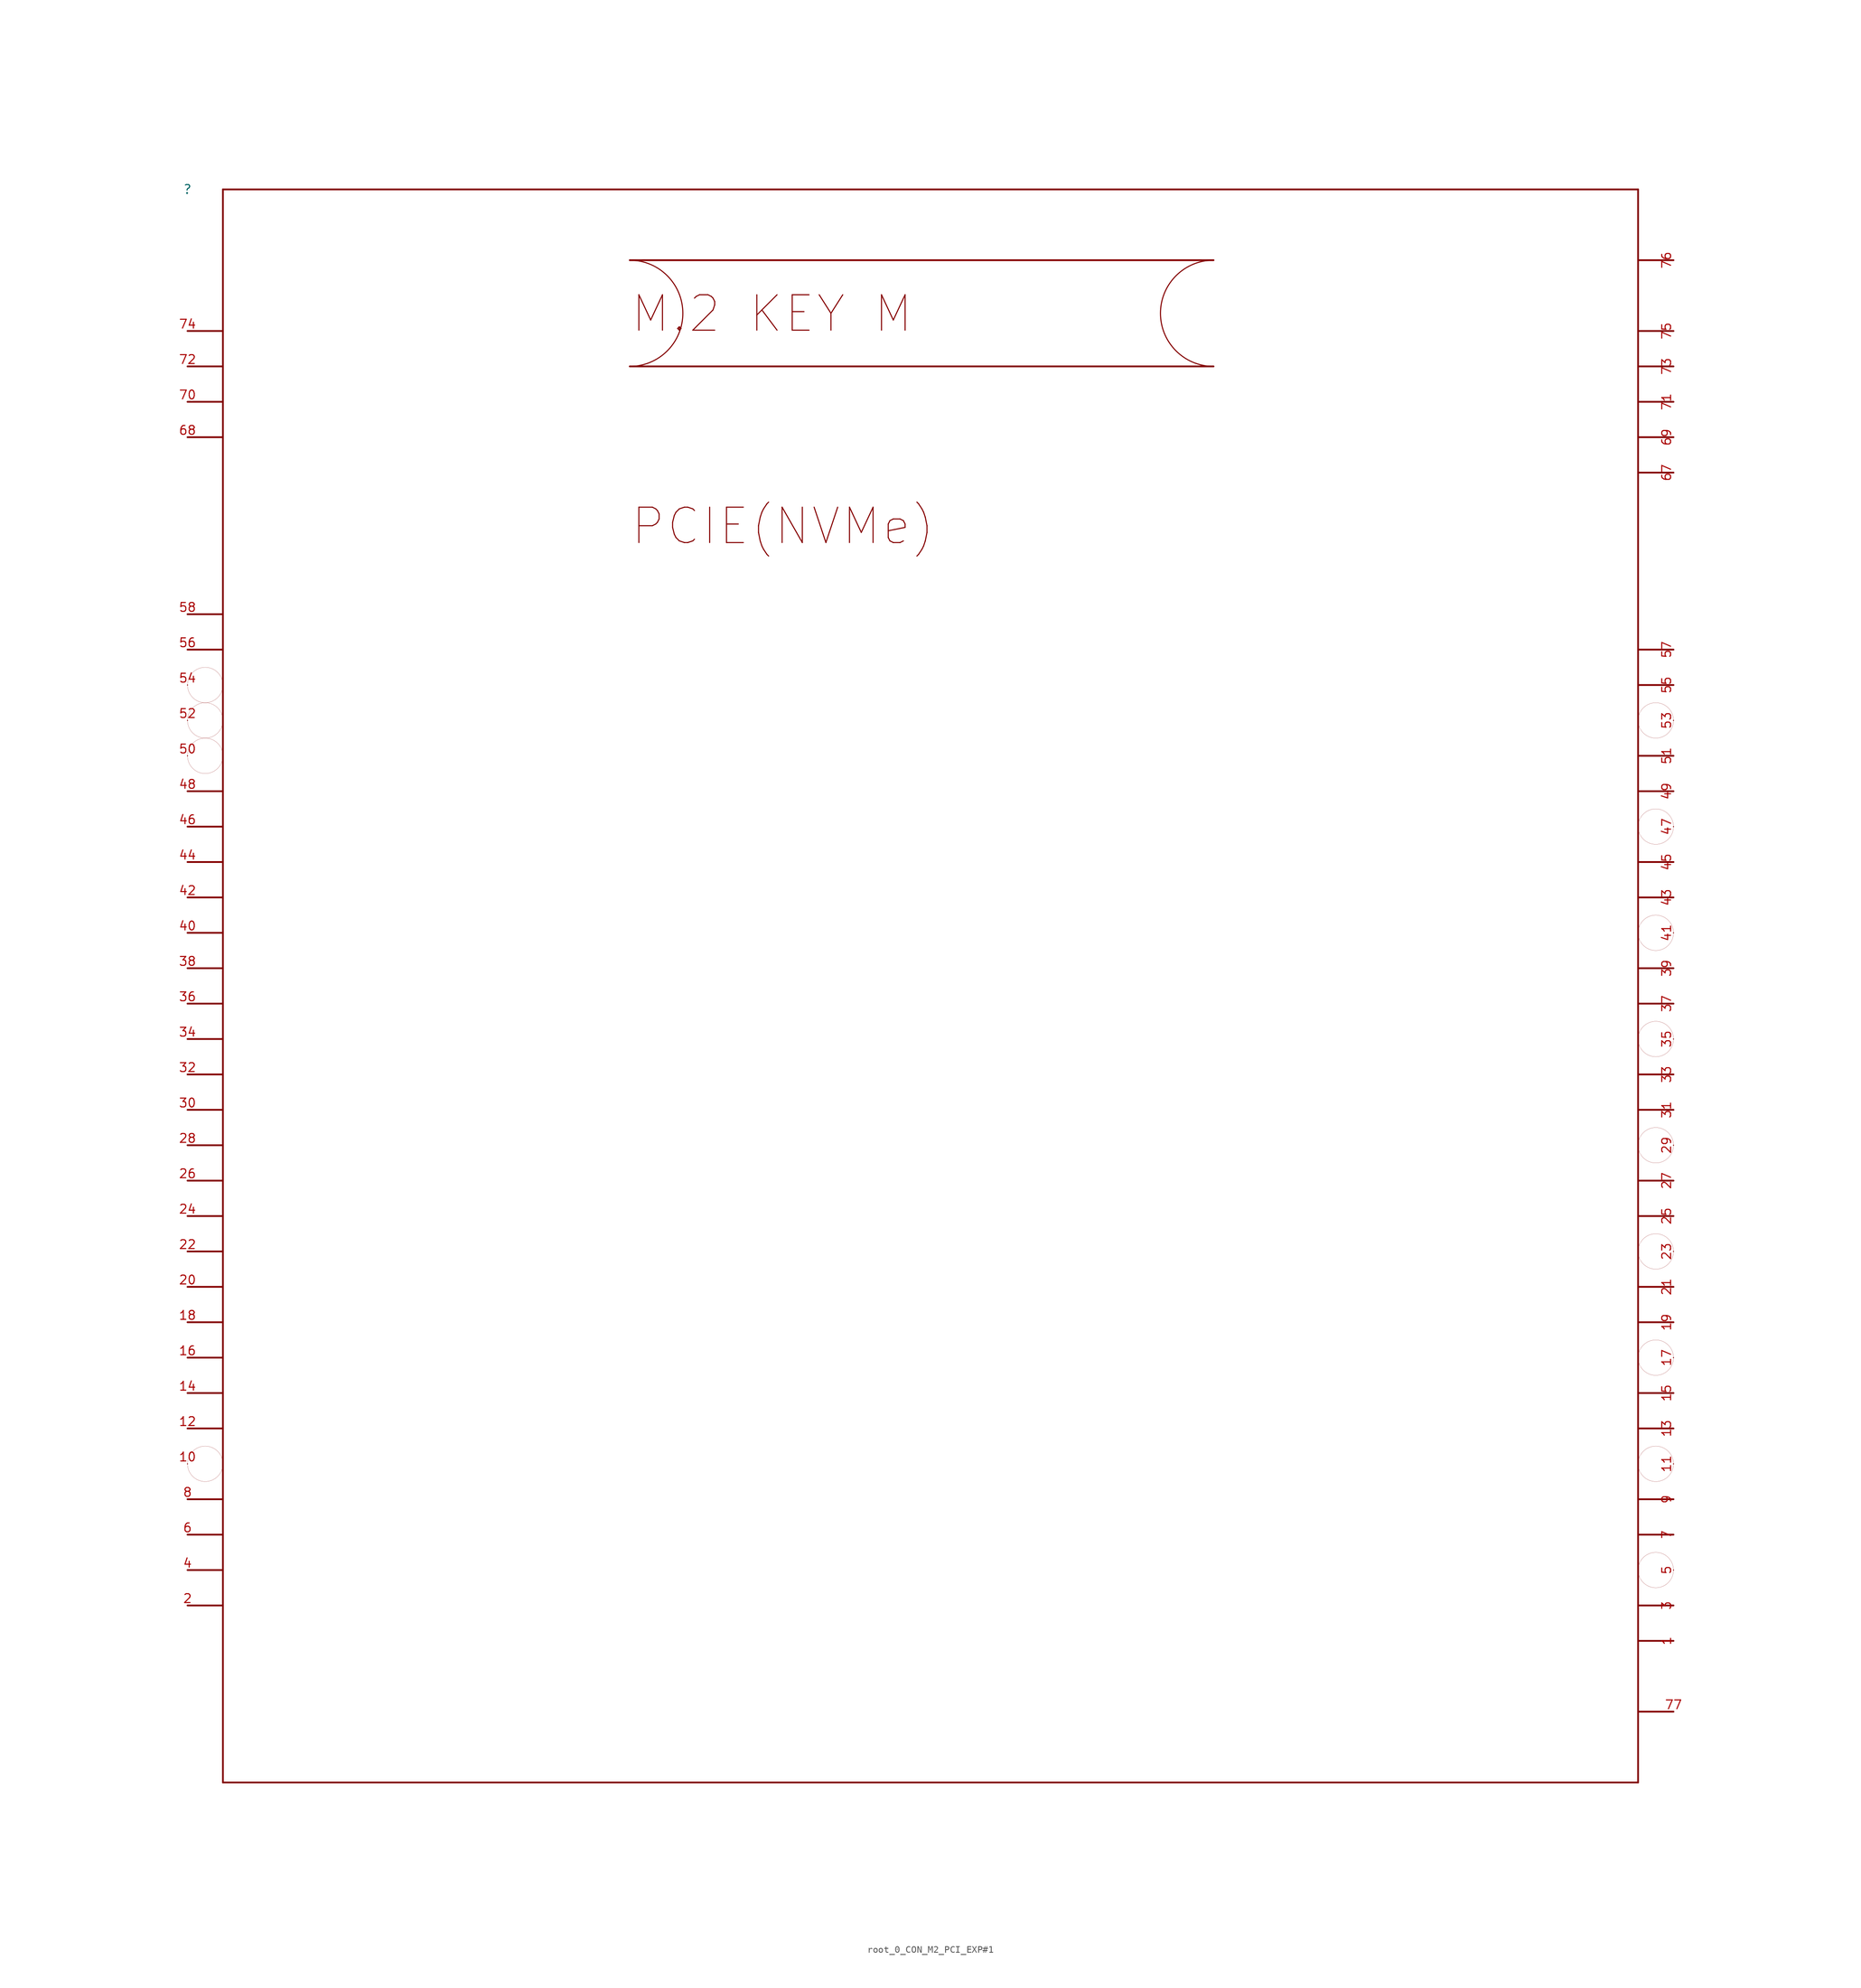
<source format=kicad_sym>
(kicad_symbol_lib
  (version 20220914)
  (generator kicad_symbol_editor)
  (symbol "root_0_CON_M2_PCI_EXP#1"
    (property "Reference" ""
      (at 0 0 0)
      (effects (font (size 1.27 1.27))))
    (property "Value" ""
      (at 0 0 0)
      (effects (font (size 1.27 1.27))))
    (symbol "root_0_CON_M2_PCI_EXP#1_1_0"
      (polyline (pts (xy 0 -203.2) (xy 5.08 -203.2)) (stroke (width 0.254) (type solid)) (fill (type none)))
      (polyline (pts (xy 0 -198.12) (xy 5.08 -198.12)) (stroke (width 0.254) (type solid)) (fill (type none)))
      (polyline (pts (xy 0 -193.04) (xy 5.08 -193.04)) (stroke (width 0.254) (type solid)) (fill (type none)))
      (polyline (pts (xy 0 -187.96) (xy 5.08 -187.96)) (stroke (width 0.254) (type solid)) (fill (type none)))
      (polyline (pts (xy 0 -177.8) (xy 5.08 -177.8)) (stroke (width 0.254) (type solid)) (fill (type none)))
      (polyline (pts (xy 0 -172.72) (xy 5.08 -172.72)) (stroke (width 0.254) (type solid)) (fill (type none)))
      (polyline (pts (xy 0 -167.64) (xy 5.08 -167.64)) (stroke (width 0.254) (type solid)) (fill (type none)))
      (polyline (pts (xy 0 -162.56) (xy 5.08 -162.56)) (stroke (width 0.254) (type solid)) (fill (type none)))
      (polyline (pts (xy 0 -157.48) (xy 5.08 -157.48)) (stroke (width 0.254) (type solid)) (fill (type none)))
      (polyline (pts (xy 0 -152.4) (xy 5.08 -152.4)) (stroke (width 0.254) (type solid)) (fill (type none)))
      (polyline (pts (xy 0 -147.32) (xy 5.08 -147.32)) (stroke (width 0.254) (type solid)) (fill (type none)))
      (polyline (pts (xy 0 -142.24) (xy 5.08 -142.24)) (stroke (width 0.254) (type solid)) (fill (type none)))
      (polyline (pts (xy 0 -137.16) (xy 5.08 -137.16)) (stroke (width 0.254) (type solid)) (fill (type none)))
      (polyline (pts (xy 0 -132.08) (xy 5.08 -132.08)) (stroke (width 0.254) (type solid)) (fill (type none)))
      (polyline (pts (xy 0 -127) (xy 5.08 -127)) (stroke (width 0.254) (type solid)) (fill (type none)))
      (polyline (pts (xy 0 -121.92) (xy 5.08 -121.92)) (stroke (width 0.254) (type solid)) (fill (type none)))
      (polyline (pts (xy 0 -116.84) (xy 5.08 -116.84)) (stroke (width 0.254) (type solid)) (fill (type none)))
      (polyline (pts (xy 0 -111.76) (xy 5.08 -111.76)) (stroke (width 0.254) (type solid)) (fill (type none)))
      (polyline (pts (xy 0 -106.68) (xy 5.08 -106.68)) (stroke (width 0.254) (type solid)) (fill (type none)))
      (polyline (pts (xy 0 -101.6) (xy 5.08 -101.6)) (stroke (width 0.254) (type solid)) (fill (type none)))
      (polyline (pts (xy 0 -96.52) (xy 5.08 -96.52)) (stroke (width 0.254) (type solid)) (fill (type none)))
      (polyline (pts (xy 0 -91.44) (xy 5.08 -91.44)) (stroke (width 0.254) (type solid)) (fill (type none)))
      (polyline (pts (xy 0 -86.36) (xy 5.08 -86.36)) (stroke (width 0.254) (type solid)) (fill (type none)))
      (polyline (pts (xy 0 -66.04) (xy 5.08 -66.04)) (stroke (width 0.254) (type solid)) (fill (type none)))
      (polyline (pts (xy 0 -60.96) (xy 5.08 -60.96)) (stroke (width 0.254) (type solid)) (fill (type none)))
      (polyline (pts (xy 0 -35.56) (xy 5.08 -35.56)) (stroke (width 0.254) (type solid)) (fill (type none)))
      (polyline (pts (xy 0 -30.48) (xy 5.08 -30.48)) (stroke (width 0.254) (type solid)) (fill (type none)))
      (polyline (pts (xy 0 -25.4) (xy 5.08 -25.4)) (stroke (width 0.254) (type solid)) (fill (type none)))
      (polyline (pts (xy 0 -20.32) (xy 5.08 -20.32)) (stroke (width 0.254) (type solid)) (fill (type none)))
      (polyline (pts (xy 5.08 0) (xy 5.08 -228.6)) (stroke (width 0.254) (type solid)) (fill (type none)))
      (polyline (pts (xy 5.08 0) (xy 208.28 0)) (stroke (width 0.254) (type solid)) (fill (type none)))
      (polyline (pts (xy 63.5 -10.16) (xy 147.32 -10.16)) (stroke (width 0.254) (type solid)) (fill (type none)))
      (polyline (pts (xy 147.32 -25.4) (xy 63.5 -25.4)) (stroke (width 0.254) (type solid)) (fill (type none)))
      (polyline (pts (xy 208.28 -228.6) (xy 5.08 -228.6)) (stroke (width 0.254) (type solid)) (fill (type none)))
      (polyline (pts (xy 208.28 0) (xy 208.28 -228.6)) (stroke (width 0.254) (type solid)) (fill (type none)))
      (polyline (pts (xy 213.36 -218.44) (xy 208.28 -218.44)) (stroke (width 0.254) (type solid)) (fill (type none)))
      (polyline (pts (xy 213.36 -208.28) (xy 208.28 -208.28)) (stroke (width 0.254) (type solid)) (fill (type none)))
      (polyline (pts (xy 213.36 -203.2) (xy 208.28 -203.2)) (stroke (width 0.254) (type solid)) (fill (type none)))
      (polyline (pts (xy 213.36 -193.04) (xy 208.28 -193.04)) (stroke (width 0.254) (type solid)) (fill (type none)))
      (polyline (pts (xy 213.36 -187.96) (xy 208.28 -187.96)) (stroke (width 0.254) (type solid)) (fill (type none)))
      (polyline (pts (xy 213.36 -177.8) (xy 208.28 -177.8)) (stroke (width 0.254) (type solid)) (fill (type none)))
      (polyline (pts (xy 213.36 -172.72) (xy 208.28 -172.72)) (stroke (width 0.254) (type solid)) (fill (type none)))
      (polyline (pts (xy 213.36 -162.56) (xy 208.28 -162.56)) (stroke (width 0.254) (type solid)) (fill (type none)))
      (polyline (pts (xy 213.36 -157.48) (xy 208.28 -157.48)) (stroke (width 0.254) (type solid)) (fill (type none)))
      (polyline (pts (xy 213.36 -147.32) (xy 208.28 -147.32)) (stroke (width 0.254) (type solid)) (fill (type none)))
      (polyline (pts (xy 213.36 -142.24) (xy 208.28 -142.24)) (stroke (width 0.254) (type solid)) (fill (type none)))
      (polyline (pts (xy 213.36 -132.08) (xy 208.28 -132.08)) (stroke (width 0.254) (type solid)) (fill (type none)))
      (polyline (pts (xy 213.36 -127) (xy 208.28 -127)) (stroke (width 0.254) (type solid)) (fill (type none)))
      (polyline (pts (xy 213.36 -116.84) (xy 208.28 -116.84)) (stroke (width 0.254) (type solid)) (fill (type none)))
      (polyline (pts (xy 213.36 -111.76) (xy 208.28 -111.76)) (stroke (width 0.254) (type solid)) (fill (type none)))
      (polyline (pts (xy 213.36 -101.6) (xy 208.28 -101.6)) (stroke (width 0.254) (type solid)) (fill (type none)))
      (polyline (pts (xy 213.36 -96.52) (xy 208.28 -96.52)) (stroke (width 0.254) (type solid)) (fill (type none)))
      (polyline (pts (xy 213.36 -86.36) (xy 208.28 -86.36)) (stroke (width 0.254) (type solid)) (fill (type none)))
      (polyline (pts (xy 213.36 -81.28) (xy 208.28 -81.28)) (stroke (width 0.254) (type solid)) (fill (type none)))
      (polyline (pts (xy 213.36 -71.12) (xy 208.28 -71.12)) (stroke (width 0.254) (type solid)) (fill (type none)))
      (polyline (pts (xy 213.36 -66.04) (xy 208.28 -66.04)) (stroke (width 0.254) (type solid)) (fill (type none)))
      (polyline (pts (xy 213.36 -40.64) (xy 208.28 -40.64)) (stroke (width 0.254) (type solid)) (fill (type none)))
      (polyline (pts (xy 213.36 -35.56) (xy 208.28 -35.56)) (stroke (width 0.254) (type solid)) (fill (type none)))
      (polyline (pts (xy 213.36 -30.48) (xy 208.28 -30.48)) (stroke (width 0.254) (type solid)) (fill (type none)))
      (polyline (pts (xy 213.36 -25.4) (xy 208.28 -25.4)) (stroke (width 0.254) (type solid)) (fill (type none)))
      (polyline (pts (xy 213.36 -20.32) (xy 208.28 -20.32)) (stroke (width 0.254) (type solid)) (fill (type none)))
      (polyline (pts (xy 213.36 -10.16) (xy 208.28 -10.16)) (stroke (width 0.254) (type solid)) (fill (type none)))
      (circle (center 2.54 -182.88) (radius 2.54) (stroke (width 0.0001) (type solid)) (fill (type none)))
      (circle (center 2.54 -81.28) (radius 2.54) (stroke (width 0.0001) (type solid)) (fill (type none)))
      (circle (center 2.54 -76.2) (radius 2.54) (stroke (width 0.0001) (type solid)) (fill (type none)))
      (circle (center 2.54 -71.12) (radius 2.54) (stroke (width 0.0001) (type solid)) (fill (type none)))
      (arc (start 64.0069 -25.3831) (mid 71.12 -17.78) (end 64.0069 -10.1769) (stroke (width 0) (type solid)) (fill (type none)))
      (arc (start 146.8131 -10.1769) (mid 139.7 -17.78) (end 146.8131 -25.3831) (stroke (width 0) (type solid)) (fill (type none)))
      (circle (center 210.82 -198.12) (radius 2.54) (stroke (width 0.0001) (type solid)) (fill (type none)))
      (circle (center 210.82 -182.88) (radius 2.54) (stroke (width 0.0001) (type solid)) (fill (type none)))
      (circle (center 210.82 -167.64) (radius 2.54) (stroke (width 0.0001) (type solid)) (fill (type none)))
      (circle (center 210.82 -152.4) (radius 2.54) (stroke (width 0.0001) (type solid)) (fill (type none)))
      (circle (center 210.82 -137.16) (radius 2.54) (stroke (width 0.0001) (type solid)) (fill (type none)))
      (circle (center 210.82 -121.92) (radius 2.54) (stroke (width 0.0001) (type solid)) (fill (type none)))
      (circle (center 210.82 -106.68) (radius 2.54) (stroke (width 0.0001) (type solid)) (fill (type none)))
      (circle (center 210.82 -91.44) (radius 2.54) (stroke (width 0.0001) (type solid)) (fill (type none)))
      (circle (center 210.82 -76.2) (radius 2.54) (stroke (width 0.0001) (type solid)) (fill (type none)))
      (text "M.2 KEY M" (at 63.5 -20.828 0) (effects (font (size 5.08 5.08)) (justify left bottom)))
      (text "PCIE(NVMe)" (at 63.5 -51.308 0) (effects (font (size 5.08 5.08)) (justify left bottom)))
      (pin bidirectional line (at 213.36 -208.28 270) (length 0) (name "GND_14" (effects (font (size 0 0)))) (number "1" (effects (font (size 1.27 1.27)))))
      (pin bidirectional line (at 0 -182.88 180) (length 0) (name "LED*" (effects (font (size 0 0)))) (number "10" (effects (font (size 1.27 1.27)))))
      (pin bidirectional line (at 213.36 -182.88 270) (length 0) (name "PETN3" (effects (font (size 0 0)))) (number "11" (effects (font (size 1.27 1.27)))))
      (pin power_in line (at 0 -177.8 180) (length 0) (name "3P3V_7" (effects (font (size 0 0)))) (number "12" (effects (font (size 1.27 1.27)))))
      (pin bidirectional line (at 213.36 -177.8 270) (length 0) (name "PETP3" (effects (font (size 0 0)))) (number "13" (effects (font (size 1.27 1.27)))))
      (pin power_in line (at 0 -172.72 180) (length 0) (name "3P3V_6" (effects (font (size 0 0)))) (number "14" (effects (font (size 1.27 1.27)))))
      (pin bidirectional line (at 213.36 -172.72 270) (length 0) (name "GND_11" (effects (font (size 0 0)))) (number "15" (effects (font (size 1.27 1.27)))))
      (pin power_in line (at 0 -167.64 180) (length 0) (name "3P3V_5" (effects (font (size 0 0)))) (number "16" (effects (font (size 1.27 1.27)))))
      (pin bidirectional line (at 213.36 -167.64 270) (length 0) (name "PERN2" (effects (font (size 0 0)))) (number "17" (effects (font (size 1.27 1.27)))))
      (pin power_in line (at 0 -162.56 180) (length 0) (name "3P3V_4" (effects (font (size 0 0)))) (number "18" (effects (font (size 1.27 1.27)))))
      (pin bidirectional line (at 213.36 -162.56 270) (length 0) (name "PERP2" (effects (font (size 0 0)))) (number "19" (effects (font (size 1.27 1.27)))))
      (pin power_in line (at 0 -203.2 180) (length 0) (name "3P3V_9" (effects (font (size 0 0)))) (number "2" (effects (font (size 1.27 1.27)))))
      (pin bidirectional line (at 0 -157.48 180) (length 0) (name "NC_13" (effects (font (size 0 0)))) (number "20" (effects (font (size 1.27 1.27)))))
      (pin bidirectional line (at 213.36 -157.48 270) (length 0) (name "GND_10" (effects (font (size 0 0)))) (number "21" (effects (font (size 1.27 1.27)))))
      (pin bidirectional line (at 0 -152.4 180) (length 0) (name "NC_12" (effects (font (size 0 0)))) (number "22" (effects (font (size 1.27 1.27)))))
      (pin bidirectional line (at 213.36 -152.4 270) (length 0) (name "PETN2" (effects (font (size 0 0)))) (number "23" (effects (font (size 1.27 1.27)))))
      (pin bidirectional line (at 0 -147.32 180) (length 0) (name "NC_11" (effects (font (size 0 0)))) (number "24" (effects (font (size 1.27 1.27)))))
      (pin bidirectional line (at 213.36 -147.32 270) (length 0) (name "PETP2" (effects (font (size 0 0)))) (number "25" (effects (font (size 1.27 1.27)))))
      (pin bidirectional line (at 0 -142.24 180) (length 0) (name "NC_10" (effects (font (size 0 0)))) (number "26" (effects (font (size 1.27 1.27)))))
      (pin bidirectional line (at 213.36 -142.24 270) (length 0) (name "GND_9" (effects (font (size 0 0)))) (number "27" (effects (font (size 1.27 1.27)))))
      (pin bidirectional line (at 0 -137.16 180) (length 0) (name "NC_9" (effects (font (size 0 0)))) (number "28" (effects (font (size 1.27 1.27)))))
      (pin bidirectional line (at 213.36 -137.16 270) (length 0) (name "PERN1" (effects (font (size 0 0)))) (number "29" (effects (font (size 1.27 1.27)))))
      (pin bidirectional line (at 213.36 -203.2 270) (length 0) (name "GND_13" (effects (font (size 0 0)))) (number "3" (effects (font (size 1.27 1.27)))))
      (pin bidirectional line (at 0 -132.08 180) (length 0) (name "NC_8" (effects (font (size 0 0)))) (number "30" (effects (font (size 1.27 1.27)))))
      (pin bidirectional line (at 213.36 -132.08 270) (length 0) (name "PERP1" (effects (font (size 0 0)))) (number "31" (effects (font (size 1.27 1.27)))))
      (pin bidirectional line (at 0 -127 180) (length 0) (name "NC_7" (effects (font (size 0 0)))) (number "32" (effects (font (size 1.27 1.27)))))
      (pin bidirectional line (at 213.36 -127 270) (length 0) (name "GND_8" (effects (font (size 0 0)))) (number "33" (effects (font (size 1.27 1.27)))))
      (pin bidirectional line (at 0 -121.92 180) (length 0) (name "NC_6" (effects (font (size 0 0)))) (number "34" (effects (font (size 1.27 1.27)))))
      (pin bidirectional line (at 213.36 -121.92 270) (length 0) (name "PETN1" (effects (font (size 0 0)))) (number "35" (effects (font (size 1.27 1.27)))))
      (pin bidirectional line (at 0 -116.84 180) (length 0) (name "NC_5" (effects (font (size 0 0)))) (number "36" (effects (font (size 1.27 1.27)))))
      (pin bidirectional line (at 213.36 -116.84 270) (length 0) (name "PETP1" (effects (font (size 0 0)))) (number "37" (effects (font (size 1.27 1.27)))))
      (pin bidirectional line (at 0 -111.76 180) (length 0) (name "NC_4" (effects (font (size 0 0)))) (number "38" (effects (font (size 1.27 1.27)))))
      (pin bidirectional line (at 213.36 -111.76 270) (length 0) (name "GND_7" (effects (font (size 0 0)))) (number "39" (effects (font (size 1.27 1.27)))))
      (pin power_in line (at 0 -198.12 180) (length 0) (name "3P3V_8" (effects (font (size 0 0)))) (number "4" (effects (font (size 1.27 1.27)))))
      (pin bidirectional line (at 0 -106.68 180) (length 0) (name "I2C_CLK" (effects (font (size 0 0)))) (number "40" (effects (font (size 1.27 1.27)))))
      (pin bidirectional line (at 213.36 -106.68 270) (length 0) (name "PERN0" (effects (font (size 0 0)))) (number "41" (effects (font (size 1.27 1.27)))))
      (pin bidirectional line (at 0 -101.6 180) (length 0) (name "I2C_DATA" (effects (font (size 0 0)))) (number "42" (effects (font (size 1.27 1.27)))))
      (pin bidirectional line (at 213.36 -101.6 270) (length 0) (name "PERP0" (effects (font (size 0 0)))) (number "43" (effects (font (size 1.27 1.27)))))
      (pin bidirectional line (at 0 -96.52 180) (length 0) (name "ALERT*" (effects (font (size 0 0)))) (number "44" (effects (font (size 1.27 1.27)))))
      (pin bidirectional line (at 213.36 -96.52 270) (length 0) (name "GND_6" (effects (font (size 0 0)))) (number "45" (effects (font (size 1.27 1.27)))))
      (pin bidirectional line (at 0 -91.44 180) (length 0) (name "NC_3" (effects (font (size 0 0)))) (number "46" (effects (font (size 1.27 1.27)))))
      (pin bidirectional line (at 213.36 -91.44 270) (length 0) (name "PETN0" (effects (font (size 0 0)))) (number "47" (effects (font (size 1.27 1.27)))))
      (pin bidirectional line (at 0 -86.36 180) (length 0) (name "NC_2" (effects (font (size 0 0)))) (number "48" (effects (font (size 1.27 1.27)))))
      (pin bidirectional line (at 213.36 -86.36 270) (length 0) (name "PETP0" (effects (font (size 0 0)))) (number "49" (effects (font (size 1.27 1.27)))))
      (pin bidirectional line (at 213.36 -198.12 270) (length 0) (name "PERN3" (effects (font (size 0 0)))) (number "5" (effects (font (size 1.27 1.27)))))
      (pin bidirectional line (at 0 -81.28 180) (length 0) (name "PERST*" (effects (font (size 0 0)))) (number "50" (effects (font (size 1.27 1.27)))))
      (pin bidirectional line (at 213.36 -81.28 270) (length 0) (name "GND_5" (effects (font (size 0 0)))) (number "51" (effects (font (size 1.27 1.27)))))
      (pin bidirectional line (at 0 -76.2 180) (length 0) (name "CLKREQ*" (effects (font (size 0 0)))) (number "52" (effects (font (size 1.27 1.27)))))
      (pin bidirectional line (at 213.36 -76.2 270) (length 0) (name "REFCLKN" (effects (font (size 0 0)))) (number "53" (effects (font (size 1.27 1.27)))))
      (pin bidirectional line (at 0 -71.12 180) (length 0) (name "PEWAKE*" (effects (font (size 0 0)))) (number "54" (effects (font (size 1.27 1.27)))))
      (pin bidirectional line (at 213.36 -71.12 270) (length 0) (name "REFCLKP" (effects (font (size 0 0)))) (number "55" (effects (font (size 1.27 1.27)))))
      (pin bidirectional line (at 0 -66.04 180) (length 0) (name "RESERVED_2" (effects (font (size 0 0)))) (number "56" (effects (font (size 1.27 1.27)))))
      (pin bidirectional line (at 213.36 -66.04 270) (length 0) (name "GND_4" (effects (font (size 0 0)))) (number "57" (effects (font (size 1.27 1.27)))))
      (pin bidirectional line (at 0 -60.96 180) (length 0) (name "RESERVED_1" (effects (font (size 0 0)))) (number "58" (effects (font (size 1.27 1.27)))))
      (pin bidirectional line (at 0 -193.04 180) (length 0) (name "NC_15" (effects (font (size 0 0)))) (number "6" (effects (font (size 1.27 1.27)))))
      (pin bidirectional line (at 213.36 -40.64 270) (length 0) (name "NC_1" (effects (font (size 0 0)))) (number "67" (effects (font (size 1.27 1.27)))))
      (pin bidirectional line (at 0 -35.56 180) (length 0) (name "SUSCLK" (effects (font (size 0 0)))) (number "68" (effects (font (size 1.27 1.27)))))
      (pin bidirectional line (at 213.36 -35.56 270) (length 0) (name "PEDET" (effects (font (size 0 0)))) (number "69" (effects (font (size 1.27 1.27)))))
      (pin bidirectional line (at 213.36 -193.04 270) (length 0) (name "PERP3" (effects (font (size 0 0)))) (number "7" (effects (font (size 1.27 1.27)))))
      (pin power_in line (at 0 -30.48 180) (length 0) (name "3P3V_3" (effects (font (size 0 0)))) (number "70" (effects (font (size 1.27 1.27)))))
      (pin bidirectional line (at 213.36 -30.48 270) (length 0) (name "GND_3" (effects (font (size 0 0)))) (number "71" (effects (font (size 1.27 1.27)))))
      (pin power_in line (at 0 -25.4 180) (length 0) (name "3P3V_2" (effects (font (size 0 0)))) (number "72" (effects (font (size 1.27 1.27)))))
      (pin bidirectional line (at 213.36 -25.4 270) (length 0) (name "GND_2" (effects (font (size 0 0)))) (number "73" (effects (font (size 1.27 1.27)))))
      (pin power_in line (at 0 -20.32 180) (length 0) (name "3P3V_1" (effects (font (size 0 0)))) (number "74" (effects (font (size 1.27 1.27)))))
      (pin bidirectional line (at 213.36 -20.32 270) (length 0) (name "GND_1" (effects (font (size 0 0)))) (number "75" (effects (font (size 1.27 1.27)))))
      (pin bidirectional line (at 213.36 -10.16 270) (length 0) (name "GND_15" (effects (font (size 0 0)))) (number "76" (effects (font (size 1.27 1.27)))))
      (pin bidirectional line (at 213.36 -218.44 180) (length 0) (name "GND_16" (effects (font (size 0 0)))) (number "77" (effects (font (size 1.27 1.27)))))
      (pin bidirectional line (at 0 -187.96 180) (length 0) (name "NC_14" (effects (font (size 0 0)))) (number "8" (effects (font (size 1.27 1.27)))))
      (pin bidirectional line (at 213.36 -187.96 270) (length 0) (name "GND_12" (effects (font (size 0 0)))) (number "9" (effects (font (size 1.27 1.27))))))))
</source>
